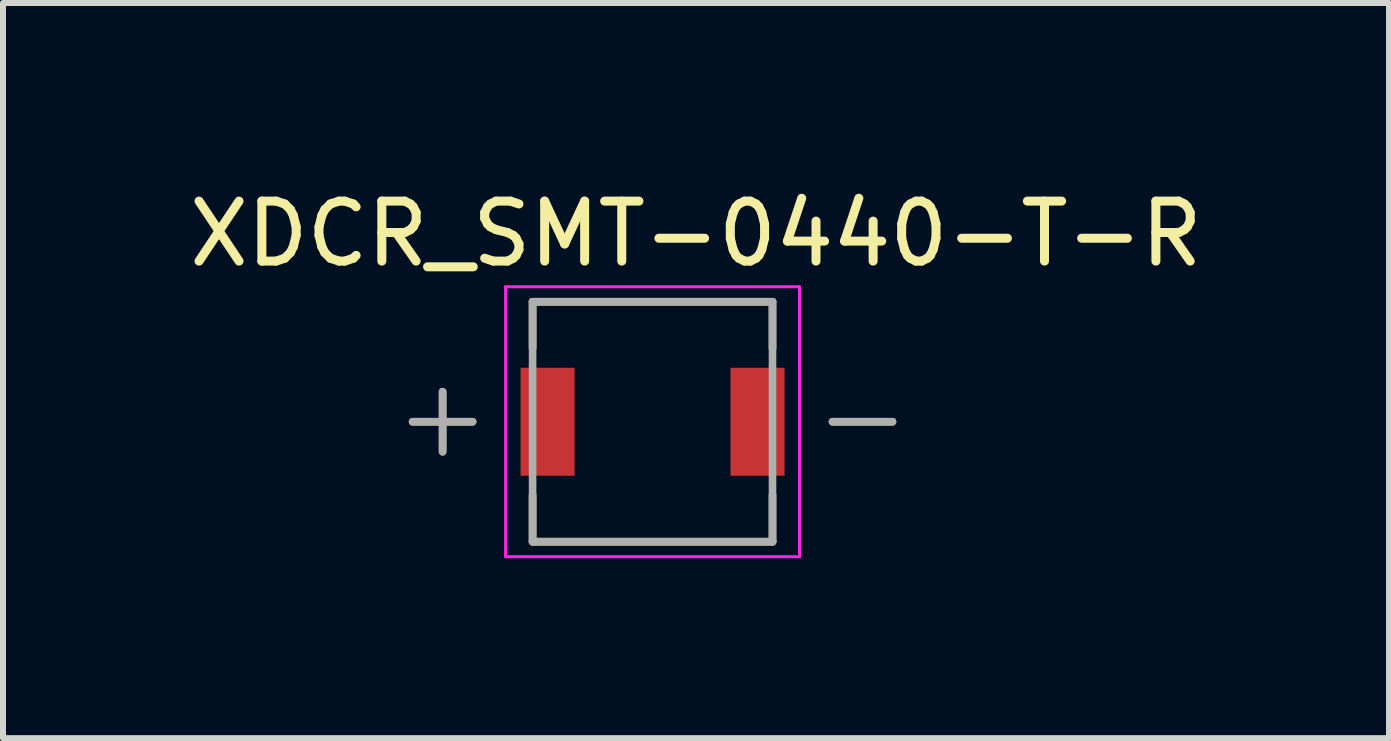
<source format=kicad_pcb>
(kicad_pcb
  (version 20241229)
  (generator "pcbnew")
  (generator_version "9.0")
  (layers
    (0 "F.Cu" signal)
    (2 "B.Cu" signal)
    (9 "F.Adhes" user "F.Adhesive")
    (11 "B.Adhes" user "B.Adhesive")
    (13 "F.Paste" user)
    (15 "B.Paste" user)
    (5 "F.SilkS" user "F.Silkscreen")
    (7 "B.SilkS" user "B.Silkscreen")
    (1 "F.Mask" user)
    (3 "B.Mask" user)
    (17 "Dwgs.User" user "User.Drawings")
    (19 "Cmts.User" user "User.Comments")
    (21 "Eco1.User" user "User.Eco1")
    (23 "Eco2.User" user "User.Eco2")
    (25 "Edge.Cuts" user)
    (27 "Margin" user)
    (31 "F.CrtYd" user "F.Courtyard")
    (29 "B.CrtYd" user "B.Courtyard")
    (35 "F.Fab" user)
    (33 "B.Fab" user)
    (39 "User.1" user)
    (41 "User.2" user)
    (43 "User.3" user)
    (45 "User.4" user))
  (footprint "XDCR_SMT-0440-T-R"
    (layer "F.Cu")
    (at 7.829 3.981)
    (property "Reference" "XDCR_SMT-0440-T-R" (at 0.725 -3.133 0) (layer "F.SilkS") (effects (font (size 1 1) (thickness 0.15))))
    (attr smd)
    (fp_line (start -4 0) (end -3 0) (stroke (width 0.127) (type solid)) (layer "F.SilkS"))
    (fp_line (start -3.5 -0.5) (end -3.5 0.5) (stroke (width 0.127) (type solid)) (layer "F.SilkS"))
    (fp_line (start -2 -2) (end 2 -2) (stroke (width 0.127) (type solid)) (layer "F.SilkS"))
    (fp_line (start -2 -1.22) (end -2 -2) (stroke (width 0.127) (type solid)) (layer "F.SilkS"))
    (fp_line (start -2 1.22) (end -2 2) (stroke (width 0.127) (type solid)) (layer "F.SilkS"))
    (fp_line (start -2 2) (end 2 2) (stroke (width 0.127) (type solid)) (layer "F.SilkS"))
    (fp_line (start 2 -2) (end 2 -1.22) (stroke (width 0.127) (type solid)) (layer "F.SilkS"))
    (fp_line (start 2 2) (end 2 1.22) (stroke (width 0.127) (type solid)) (layer "F.SilkS"))
    (fp_line (start 3 0) (end 4 0) (stroke (width 0.127) (type solid)) (layer "F.SilkS"))
    (fp_line (start -2.45 -2.25) (end 2.45 -2.25) (stroke (width 0.05) (type solid)) (layer "F.CrtYd"))
    (fp_line (start -2.45 2.25) (end -2.45 -2.25) (stroke (width 0.05) (type solid)) (layer "F.CrtYd"))
    (fp_line (start 2.45 -2.25) (end 2.45 2.25) (stroke (width 0.05) (type solid)) (layer "F.CrtYd"))
    (fp_line (start 2.45 2.25) (end -2.45 2.25) (stroke (width 0.05) (type solid)) (layer "F.CrtYd"))
    (fp_line (start -4 0) (end -3 0) (stroke (width 0.127) (type solid)) (layer "F.Fab"))
    (fp_line (start -3.5 -0.5) (end -3.5 0.5) (stroke (width 0.127) (type solid)) (layer "F.Fab"))
    (fp_line (start -2 -2) (end 2 -2) (stroke (width 0.127) (type solid)) (layer "F.Fab"))
    (fp_line (start -2 2) (end -2 -2) (stroke (width 0.127) (type solid)) (layer "F.Fab"))
    (fp_line (start 2 -2) (end 2 2) (stroke (width 0.127) (type solid)) (layer "F.Fab"))
    (fp_line (start 2 2) (end -2 2) (stroke (width 0.127) (type solid)) (layer "F.Fab"))
    (fp_line (start 3 0) (end 4 0) (stroke (width 0.127) (type solid)) (layer "F.Fab"))
    (pad "N" smd rect (at 1.75 0) (size 0.9 1.8) (layers "F.Cu" "F.Mask" "F.Paste"))
    (pad "P" smd rect (at -1.75 0) (size 0.9 1.8) (layers "F.Cu" "F.Mask" "F.Paste")))
  (gr_rect
    (start -3 -3)
    (end 20.107 9.256)
    (stroke (width 0.1) (type default))
    (fill no)
    (layer "Edge.Cuts")))
</source>
